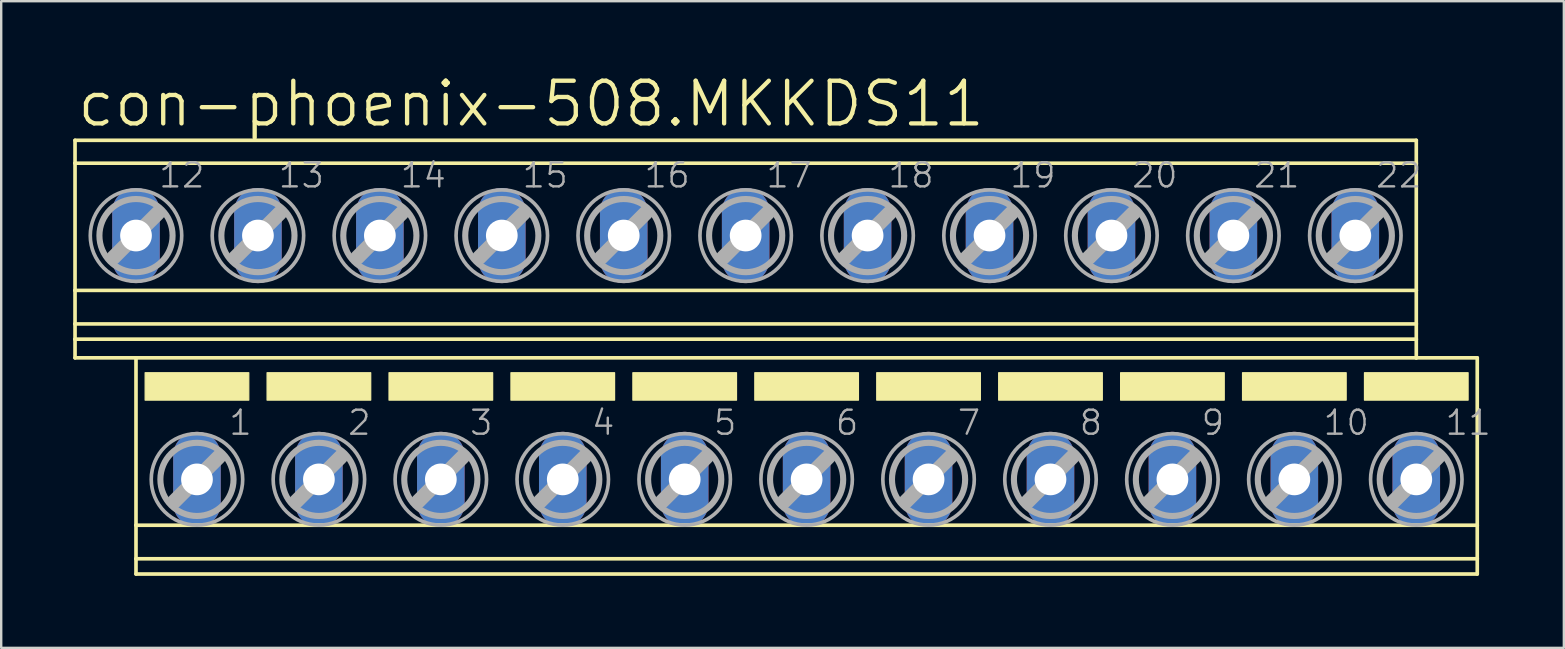
<source format=kicad_pcb>
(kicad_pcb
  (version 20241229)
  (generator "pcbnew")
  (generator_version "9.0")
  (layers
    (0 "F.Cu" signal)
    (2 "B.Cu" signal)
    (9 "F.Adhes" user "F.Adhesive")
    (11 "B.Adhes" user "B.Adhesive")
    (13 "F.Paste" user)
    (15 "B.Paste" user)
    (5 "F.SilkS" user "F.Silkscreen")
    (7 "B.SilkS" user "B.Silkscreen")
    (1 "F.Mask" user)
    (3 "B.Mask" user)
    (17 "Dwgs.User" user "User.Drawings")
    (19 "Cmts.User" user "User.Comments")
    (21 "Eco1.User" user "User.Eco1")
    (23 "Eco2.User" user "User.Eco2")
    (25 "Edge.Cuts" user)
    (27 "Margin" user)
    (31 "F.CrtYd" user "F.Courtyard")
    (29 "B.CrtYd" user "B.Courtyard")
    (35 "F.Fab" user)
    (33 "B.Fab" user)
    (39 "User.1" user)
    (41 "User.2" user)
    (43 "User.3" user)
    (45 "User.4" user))
  (footprint "con-phoenix-508.MKKDS11"
    (layer "F.Cu")
    (at 29.286 11.843)
    (property "Reference" "con-phoenix-508.MKKDS11" (at -29.21 -9.525 0) (layer "F.SilkS") (effects (font (size 1.778 1.778) (thickness 0.18)) (justify left bottom)))
    (attr through_hole)
    (fp_line (start -29.21 -9.047) (end -29.21 -8.094) (stroke (width 0.152) (type default)) (layer "F.SilkS"))
    (fp_line (start -29.21 -9.047) (end 26.67 -9.047) (stroke (width 0.152) (type default)) (layer "F.SilkS"))
    (fp_line (start -29.21 -8.094) (end -29.21 -2.794) (stroke (width 0.152) (type default)) (layer "F.SilkS"))
    (fp_line (start -29.21 -8.094) (end 26.67 -8.094) (stroke (width 0.152) (type default)) (layer "F.SilkS"))
    (fp_line (start -29.21 -2.794) (end -29.21 -1.397) (stroke (width 0.152) (type default)) (layer "F.SilkS"))
    (fp_line (start -29.21 -2.794) (end 26.67 -2.794) (stroke (width 0.152) (type default)) (layer "F.SilkS"))
    (fp_line (start -29.21 -1.397) (end -29.21 -0.762) (stroke (width 0.152) (type default)) (layer "F.SilkS"))
    (fp_line (start -29.21 -1.397) (end 26.67 -1.397) (stroke (width 0.152) (type default)) (layer "F.SilkS"))
    (fp_line (start -29.21 -0.762) (end -29.21 0.016) (stroke (width 0.152) (type default)) (layer "F.SilkS"))
    (fp_line (start -29.21 -0.762) (end 26.67 -0.762) (stroke (width 0.152) (type default)) (layer "F.SilkS"))
    (fp_line (start -29.21 0.016) (end -26.67 0.016) (stroke (width 0.152) (type default)) (layer "F.SilkS"))
    (fp_line (start -26.67 0.016) (end -26.67 6.99) (stroke (width 0.152) (type default)) (layer "F.SilkS"))
    (fp_line (start -26.67 0.016) (end 26.67 0.016) (stroke (width 0.152) (type default)) (layer "F.SilkS"))
    (fp_line (start -26.67 6.99) (end -26.67 8.387) (stroke (width 0.152) (type default)) (layer "F.SilkS"))
    (fp_line (start -26.67 6.99) (end 29.21 6.99) (stroke (width 0.152) (type default)) (layer "F.SilkS"))
    (fp_line (start -26.67 8.387) (end -26.67 9.022) (stroke (width 0.152) (type default)) (layer "F.SilkS"))
    (fp_line (start -26.67 8.387) (end 29.21 8.387) (stroke (width 0.152) (type default)) (layer "F.SilkS"))
    (fp_line (start -26.67 9.022) (end 29.21 9.022) (stroke (width 0.152) (type default)) (layer "F.SilkS"))
    (fp_line (start 26.67 -9.047) (end 26.67 -8.094) (stroke (width 0.152) (type default)) (layer "F.SilkS"))
    (fp_line (start 26.67 -8.094) (end 26.67 -2.794) (stroke (width 0.152) (type default)) (layer "F.SilkS"))
    (fp_line (start 26.67 -2.794) (end 26.67 -1.397) (stroke (width 0.152) (type default)) (layer "F.SilkS"))
    (fp_line (start 26.67 -1.397) (end 26.67 -0.762) (stroke (width 0.152) (type default)) (layer "F.SilkS"))
    (fp_line (start 26.67 -0.762) (end 26.67 0.016) (stroke (width 0.152) (type default)) (layer "F.SilkS"))
    (fp_line (start 29.21 0.016) (end 26.67 0.016) (stroke (width 0.152) (type default)) (layer "F.SilkS"))
    (fp_line (start 29.21 0.016) (end 29.21 6.99) (stroke (width 0.152) (type default)) (layer "F.SilkS"))
    (fp_line (start 29.21 6.99) (end 29.21 8.387) (stroke (width 0.152) (type default)) (layer "F.SilkS"))
    (fp_line (start 29.21 8.387) (end 29.21 9.022) (stroke (width 0.152) (type default)) (layer "F.SilkS"))
    (fp_rect (start -26.289 1.778) (end -21.971 0.635) (stroke (width 0.05) (type default)) (fill yes) (layer "F.SilkS"))
    (fp_rect (start -21.209 1.778) (end -16.891 0.635) (stroke (width 0.05) (type default)) (fill yes) (layer "F.SilkS"))
    (fp_rect (start -16.129 1.778) (end -11.811 0.635) (stroke (width 0.05) (type default)) (fill yes) (layer "F.SilkS"))
    (fp_rect (start -11.049 1.778) (end -6.731 0.635) (stroke (width 0.05) (type default)) (fill yes) (layer "F.SilkS"))
    (fp_rect (start -5.969 1.778) (end -1.651 0.635) (stroke (width 0.05) (type default)) (fill yes) (layer "F.SilkS"))
    (fp_rect (start -0.889 1.778) (end 3.429 0.635) (stroke (width 0.05) (type default)) (fill yes) (layer "F.SilkS"))
    (fp_rect (start 4.191 1.778) (end 8.509 0.635) (stroke (width 0.05) (type default)) (fill yes) (layer "F.SilkS"))
    (fp_rect (start 9.271 1.778) (end 13.589 0.635) (stroke (width 0.05) (type default)) (fill yes) (layer "F.SilkS"))
    (fp_rect (start 14.351 1.778) (end 18.669 0.635) (stroke (width 0.05) (type default)) (fill yes) (layer "F.SilkS"))
    (fp_rect (start 19.431 1.778) (end 23.749 0.635) (stroke (width 0.05) (type default)) (fill yes) (layer "F.SilkS"))
    (fp_rect (start 24.511 1.778) (end 28.829 0.635) (stroke (width 0.05) (type default)) (fill yes) (layer "F.SilkS"))
    (fp_line (start -27.61 -4.163) (end -25.756 -6.017) (stroke (width 0.61) (type default)) (layer "F.Fab"))
    (fp_line (start -25.07 5.994) (end -23.216 4.14) (stroke (width 0.61) (type default)) (layer "F.Fab"))
    (fp_line (start -22.53 -4.163) (end -20.676 -6.017) (stroke (width 0.61) (type default)) (layer "F.Fab"))
    (fp_line (start -19.99 5.994) (end -18.136 4.14) (stroke (width 0.61) (type default)) (layer "F.Fab"))
    (fp_line (start -17.45 -4.163) (end -15.596 -6.017) (stroke (width 0.61) (type default)) (layer "F.Fab"))
    (fp_line (start -14.91 5.994) (end -13.056 4.14) (stroke (width 0.61) (type default)) (layer "F.Fab"))
    (fp_line (start -12.37 -4.163) (end -10.516 -6.017) (stroke (width 0.61) (type default)) (layer "F.Fab"))
    (fp_line (start -9.83 5.994) (end -7.976 4.14) (stroke (width 0.61) (type default)) (layer "F.Fab"))
    (fp_line (start -7.29 -4.163) (end -5.436 -6.017) (stroke (width 0.61) (type default)) (layer "F.Fab"))
    (fp_line (start -4.75 5.994) (end -2.896 4.14) (stroke (width 0.61) (type default)) (layer "F.Fab"))
    (fp_line (start -2.21 -4.163) (end -0.356 -6.017) (stroke (width 0.61) (type default)) (layer "F.Fab"))
    (fp_line (start 0.33 5.994) (end 2.184 4.14) (stroke (width 0.61) (type default)) (layer "F.Fab"))
    (fp_line (start 2.87 -4.163) (end 4.724 -6.017) (stroke (width 0.61) (type default)) (layer "F.Fab"))
    (fp_line (start 5.41 5.994) (end 7.264 4.14) (stroke (width 0.61) (type default)) (layer "F.Fab"))
    (fp_line (start 7.95 -4.163) (end 9.804 -6.017) (stroke (width 0.61) (type default)) (layer "F.Fab"))
    (fp_line (start 10.49 5.994) (end 12.344 4.14) (stroke (width 0.61) (type default)) (layer "F.Fab"))
    (fp_line (start 13.03 -4.163) (end 14.884 -6.017) (stroke (width 0.61) (type default)) (layer "F.Fab"))
    (fp_line (start 15.57 5.994) (end 17.424 4.14) (stroke (width 0.61) (type default)) (layer "F.Fab"))
    (fp_line (start 18.11 -4.163) (end 19.964 -6.017) (stroke (width 0.61) (type default)) (layer "F.Fab"))
    (fp_line (start 20.65 5.994) (end 22.504 4.14) (stroke (width 0.61) (type default)) (layer "F.Fab"))
    (fp_line (start 23.19 -4.163) (end 25.044 -6.017) (stroke (width 0.61) (type default)) (layer "F.Fab"))
    (fp_line (start 25.73 5.994) (end 27.584 4.14) (stroke (width 0.61) (type default)) (layer "F.Fab"))
    (fp_circle (center -26.67 -5.077) (end -25.146 -5.077) (stroke (width 0.254) (type default)) (fill no) (layer "F.Fab"))
    (fp_circle (center -26.67 -5.077) (end -24.765 -5.077) (stroke (width 0.152) (type default)) (fill no) (layer "F.Fab"))
    (fp_circle (center -24.13 5.08) (end -22.606 5.08) (stroke (width 0.254) (type default)) (fill no) (layer "F.Fab"))
    (fp_circle (center -24.13 5.08) (end -22.225 5.08) (stroke (width 0.152) (type default)) (fill no) (layer "F.Fab"))
    (fp_circle (center -21.59 -5.077) (end -20.066 -5.077) (stroke (width 0.254) (type default)) (fill no) (layer "F.Fab"))
    (fp_circle (center -21.59 -5.077) (end -19.685 -5.077) (stroke (width 0.152) (type default)) (fill no) (layer "F.Fab"))
    (fp_circle (center -19.05 5.08) (end -17.526 5.08) (stroke (width 0.254) (type default)) (fill no) (layer "F.Fab"))
    (fp_circle (center -19.05 5.08) (end -17.145 5.08) (stroke (width 0.152) (type default)) (fill no) (layer "F.Fab"))
    (fp_circle (center -16.51 -5.077) (end -14.986 -5.077) (stroke (width 0.254) (type default)) (fill no) (layer "F.Fab"))
    (fp_circle (center -16.51 -5.077) (end -14.605 -5.077) (stroke (width 0.152) (type default)) (fill no) (layer "F.Fab"))
    (fp_circle (center -13.97 5.08) (end -12.446 5.08) (stroke (width 0.254) (type default)) (fill no) (layer "F.Fab"))
    (fp_circle (center -13.97 5.08) (end -12.065 5.08) (stroke (width 0.152) (type default)) (fill no) (layer "F.Fab"))
    (fp_circle (center -11.43 -5.077) (end -9.906 -5.077) (stroke (width 0.254) (type default)) (fill no) (layer "F.Fab"))
    (fp_circle (center -11.43 -5.077) (end -9.525 -5.077) (stroke (width 0.152) (type default)) (fill no) (layer "F.Fab"))
    (fp_circle (center -8.89 5.08) (end -7.366 5.08) (stroke (width 0.254) (type default)) (fill no) (layer "F.Fab"))
    (fp_circle (center -8.89 5.08) (end -6.985 5.08) (stroke (width 0.152) (type default)) (fill no) (layer "F.Fab"))
    (fp_circle (center -6.35 -5.077) (end -4.826 -5.077) (stroke (width 0.254) (type default)) (fill no) (layer "F.Fab"))
    (fp_circle (center -6.35 -5.077) (end -4.445 -5.077) (stroke (width 0.152) (type default)) (fill no) (layer "F.Fab"))
    (fp_circle (center -3.81 5.08) (end -2.286 5.08) (stroke (width 0.254) (type default)) (fill no) (layer "F.Fab"))
    (fp_circle (center -3.81 5.08) (end -1.905 5.08) (stroke (width 0.152) (type default)) (fill no) (layer "F.Fab"))
    (fp_circle (center -1.27 -5.077) (end 0.254 -5.077) (stroke (width 0.254) (type default)) (fill no) (layer "F.Fab"))
    (fp_circle (center -1.27 -5.077) (end 0.635 -5.077) (stroke (width 0.152) (type default)) (fill no) (layer "F.Fab"))
    (fp_circle (center 1.27 5.08) (end 2.794 5.08) (stroke (width 0.254) (type default)) (fill no) (layer "F.Fab"))
    (fp_circle (center 1.27 5.08) (end 3.175 5.08) (stroke (width 0.152) (type default)) (fill no) (layer "F.Fab"))
    (fp_circle (center 3.81 -5.077) (end 5.334 -5.077) (stroke (width 0.254) (type default)) (fill no) (layer "F.Fab"))
    (fp_circle (center 3.81 -5.077) (end 5.715 -5.077) (stroke (width 0.152) (type default)) (fill no) (layer "F.Fab"))
    (fp_circle (center 6.35 5.08) (end 7.874 5.08) (stroke (width 0.254) (type default)) (fill no) (layer "F.Fab"))
    (fp_circle (center 6.35 5.08) (end 8.255 5.08) (stroke (width 0.152) (type default)) (fill no) (layer "F.Fab"))
    (fp_circle (center 8.89 -5.077) (end 10.414 -5.077) (stroke (width 0.254) (type default)) (fill no) (layer "F.Fab"))
    (fp_circle (center 8.89 -5.077) (end 10.795 -5.077) (stroke (width 0.152) (type default)) (fill no) (layer "F.Fab"))
    (fp_circle (center 11.43 5.08) (end 12.954 5.08) (stroke (width 0.254) (type default)) (fill no) (layer "F.Fab"))
    (fp_circle (center 11.43 5.08) (end 13.335 5.08) (stroke (width 0.152) (type default)) (fill no) (layer "F.Fab"))
    (fp_circle (center 13.97 -5.077) (end 15.494 -5.077) (stroke (width 0.254) (type default)) (fill no) (layer "F.Fab"))
    (fp_circle (center 13.97 -5.077) (end 15.875 -5.077) (stroke (width 0.152) (type default)) (fill no) (layer "F.Fab"))
    (fp_circle (center 16.51 5.08) (end 18.034 5.08) (stroke (width 0.254) (type default)) (fill no) (layer "F.Fab"))
    (fp_circle (center 16.51 5.08) (end 18.415 5.08) (stroke (width 0.152) (type default)) (fill no) (layer "F.Fab"))
    (fp_circle (center 19.05 -5.077) (end 20.574 -5.077) (stroke (width 0.254) (type default)) (fill no) (layer "F.Fab"))
    (fp_circle (center 19.05 -5.077) (end 20.955 -5.077) (stroke (width 0.152) (type default)) (fill no) (layer "F.Fab"))
    (fp_circle (center 21.59 5.08) (end 23.114 5.08) (stroke (width 0.254) (type default)) (fill no) (layer "F.Fab"))
    (fp_circle (center 21.59 5.08) (end 23.495 5.08) (stroke (width 0.152) (type default)) (fill no) (layer "F.Fab"))
    (fp_circle (center 24.13 -5.077) (end 25.654 -5.077) (stroke (width 0.254) (type default)) (fill no) (layer "F.Fab"))
    (fp_circle (center 24.13 -5.077) (end 26.035 -5.077) (stroke (width 0.152) (type default)) (fill no) (layer "F.Fab"))
    (fp_circle (center 26.67 5.08) (end 28.194 5.08) (stroke (width 0.254) (type default)) (fill no) (layer "F.Fab"))
    (fp_circle (center 26.67 5.08) (end 28.575 5.08) (stroke (width 0.152) (type default)) (fill no) (layer "F.Fab"))
    (fp_text user "6" (at 2.413 3.302 0) (layer "F.Fab") (effects (font (size 1 1) (thickness 0.1)) (justify left bottom)))
    (fp_text user "1" (at -22.86 3.302 0) (layer "F.Fab") (effects (font (size 1 1) (thickness 0.1)) (justify left bottom)))
    (fp_text user "14" (at -15.721 -7.001 0) (layer "F.Fab") (effects (font (size 1 1) (thickness 0.1)) (justify left bottom)))
    (fp_text user "8" (at 12.573 3.302 0) (layer "F.Fab") (effects (font (size 1 1) (thickness 0.1)) (justify left bottom)))
    (fp_text user "15" (at -10.641 -7.001 0) (layer "F.Fab") (effects (font (size 1 1) (thickness 0.1)) (justify left bottom)))
    (fp_text user "21" (at 19.839 -7.001 0) (layer "F.Fab") (effects (font (size 1 1) (thickness 0.1)) (justify left bottom)))
    (fp_text user "12" (at -25.781 -7.001 0) (layer "F.Fab") (effects (font (size 1 1) (thickness 0.1)) (justify left bottom)))
    (fp_text user "7" (at 7.493 3.302 0) (layer "F.Fab") (effects (font (size 1 1) (thickness 0.1)) (justify left bottom)))
    (fp_text user "5" (at -2.667 3.302 0) (layer "F.Fab") (effects (font (size 1 1) (thickness 0.1)) (justify left bottom)))
    (fp_text user "16" (at -5.561 -7.001 0) (layer "F.Fab") (effects (font (size 1 1) (thickness 0.1)) (justify left bottom)))
    (fp_text user "22" (at 24.919 -7.001 0) (layer "F.Fab") (effects (font (size 1 1) (thickness 0.1)) (justify left bottom)))
    (fp_text user "3" (at -12.827 3.302 0) (layer "F.Fab") (effects (font (size 1 1) (thickness 0.1)) (justify left bottom)))
    (fp_text user "17" (at -0.481 -7.001 0) (layer "F.Fab") (effects (font (size 1 1) (thickness 0.1)) (justify left bottom)))
    (fp_text user "2" (at -17.907 3.302 0) (layer "F.Fab") (effects (font (size 1 1) (thickness 0.1)) (justify left bottom)))
    (fp_text user "19" (at 9.679 -7.001 0) (layer "F.Fab") (effects (font (size 1 1) (thickness 0.1)) (justify left bottom)))
    (fp_text user "11" (at 27.813 3.302 0) (layer "F.Fab") (effects (font (size 1 1) (thickness 0.1)) (justify left bottom)))
    (fp_text user "9" (at 17.653 3.302 0) (layer "F.Fab") (effects (font (size 1 1) (thickness 0.1)) (justify left bottom)))
    (fp_text user "13" (at -20.801 -7.001 0) (layer "F.Fab") (effects (font (size 1 1) (thickness 0.1)) (justify left bottom)))
    (fp_text user "4" (at -7.747 3.302 0) (layer "F.Fab") (effects (font (size 1 1) (thickness 0.1)) (justify left bottom)))
    (fp_text user "10" (at 22.733 3.302 0) (layer "F.Fab") (effects (font (size 1 1) (thickness 0.1)) (justify left bottom)))
    (fp_text user "18" (at 4.599 -7.001 0) (layer "F.Fab") (effects (font (size 1 1) (thickness 0.1)) (justify left bottom)))
    (fp_text user "20" (at 14.759 -7.001 0) (layer "F.Fab") (effects (font (size 1 1) (thickness 0.1)) (justify left bottom)))
    (pad "1" thru_hole oval (at -24.13 5.08 90) (size 3.962 1.981) (drill 1.321) (layers "*.Cu" "*.Mask"))
    (pad "2" thru_hole oval (at -19.05 5.08 90) (size 3.962 1.981) (drill 1.321) (layers "*.Cu" "*.Mask"))
    (pad "3" thru_hole oval (at -13.97 5.08 90) (size 3.962 1.981) (drill 1.321) (layers "*.Cu" "*.Mask"))
    (pad "4" thru_hole oval (at -8.89 5.08 90) (size 3.962 1.981) (drill 1.321) (layers "*.Cu" "*.Mask"))
    (pad "5" thru_hole oval (at -3.81 5.08 90) (size 3.962 1.981) (drill 1.321) (layers "*.Cu" "*.Mask"))
    (pad "6" thru_hole oval (at 1.27 5.08 90) (size 3.962 1.981) (drill 1.321) (layers "*.Cu" "*.Mask"))
    (pad "7" thru_hole oval (at 6.35 5.08 90) (size 3.962 1.981) (drill 1.321) (layers "*.Cu" "*.Mask"))
    (pad "8" thru_hole oval (at 11.43 5.08 90) (size 3.962 1.981) (drill 1.321) (layers "*.Cu" "*.Mask"))
    (pad "9" thru_hole oval (at 16.51 5.08 90) (size 3.962 1.981) (drill 1.321) (layers "*.Cu" "*.Mask"))
    (pad "10" thru_hole oval (at 21.59 5.08 90) (size 3.962 1.981) (drill 1.321) (layers "*.Cu" "*.Mask"))
    (pad "11" thru_hole oval (at 26.67 5.08 90) (size 3.962 1.981) (drill 1.321) (layers "*.Cu" "*.Mask"))
    (pad "12" thru_hole oval (at -26.67 -5.08 90) (size 3.962 1.981) (drill 1.321) (layers "*.Cu" "*.Mask"))
    (pad "13" thru_hole oval (at -21.59 -5.08 90) (size 3.962 1.981) (drill 1.321) (layers "*.Cu" "*.Mask"))
    (pad "14" thru_hole oval (at -16.51 -5.08 90) (size 3.962 1.981) (drill 1.321) (layers "*.Cu" "*.Mask"))
    (pad "15" thru_hole oval (at -11.43 -5.08 90) (size 3.962 1.981) (drill 1.321) (layers "*.Cu" "*.Mask"))
    (pad "16" thru_hole oval (at -6.35 -5.08 90) (size 3.962 1.981) (drill 1.321) (layers "*.Cu" "*.Mask"))
    (pad "17" thru_hole oval (at -1.27 -5.08 90) (size 3.962 1.981) (drill 1.321) (layers "*.Cu" "*.Mask"))
    (pad "18" thru_hole oval (at 3.81 -5.08 90) (size 3.962 1.981) (drill 1.321) (layers "*.Cu" "*.Mask"))
    (pad "19" thru_hole oval (at 8.89 -5.08 90) (size 3.962 1.981) (drill 1.321) (layers "*.Cu" "*.Mask"))
    (pad "20" thru_hole oval (at 13.97 -5.08 90) (size 3.962 1.981) (drill 1.321) (layers "*.Cu" "*.Mask"))
    (pad "21" thru_hole oval (at 19.05 -5.08 90) (size 3.962 1.981) (drill 1.321) (layers "*.Cu" "*.Mask"))
    (pad "22" thru_hole oval (at 24.13 -5.08 90) (size 3.962 1.981) (drill 1.321) (layers "*.Cu" "*.Mask")))
  (gr_rect
    (start -3 -3)
    (end 62.104 23.941)
    (stroke (width 0.1) (type default))
    (fill no)
    (layer "Edge.Cuts")))
</source>
